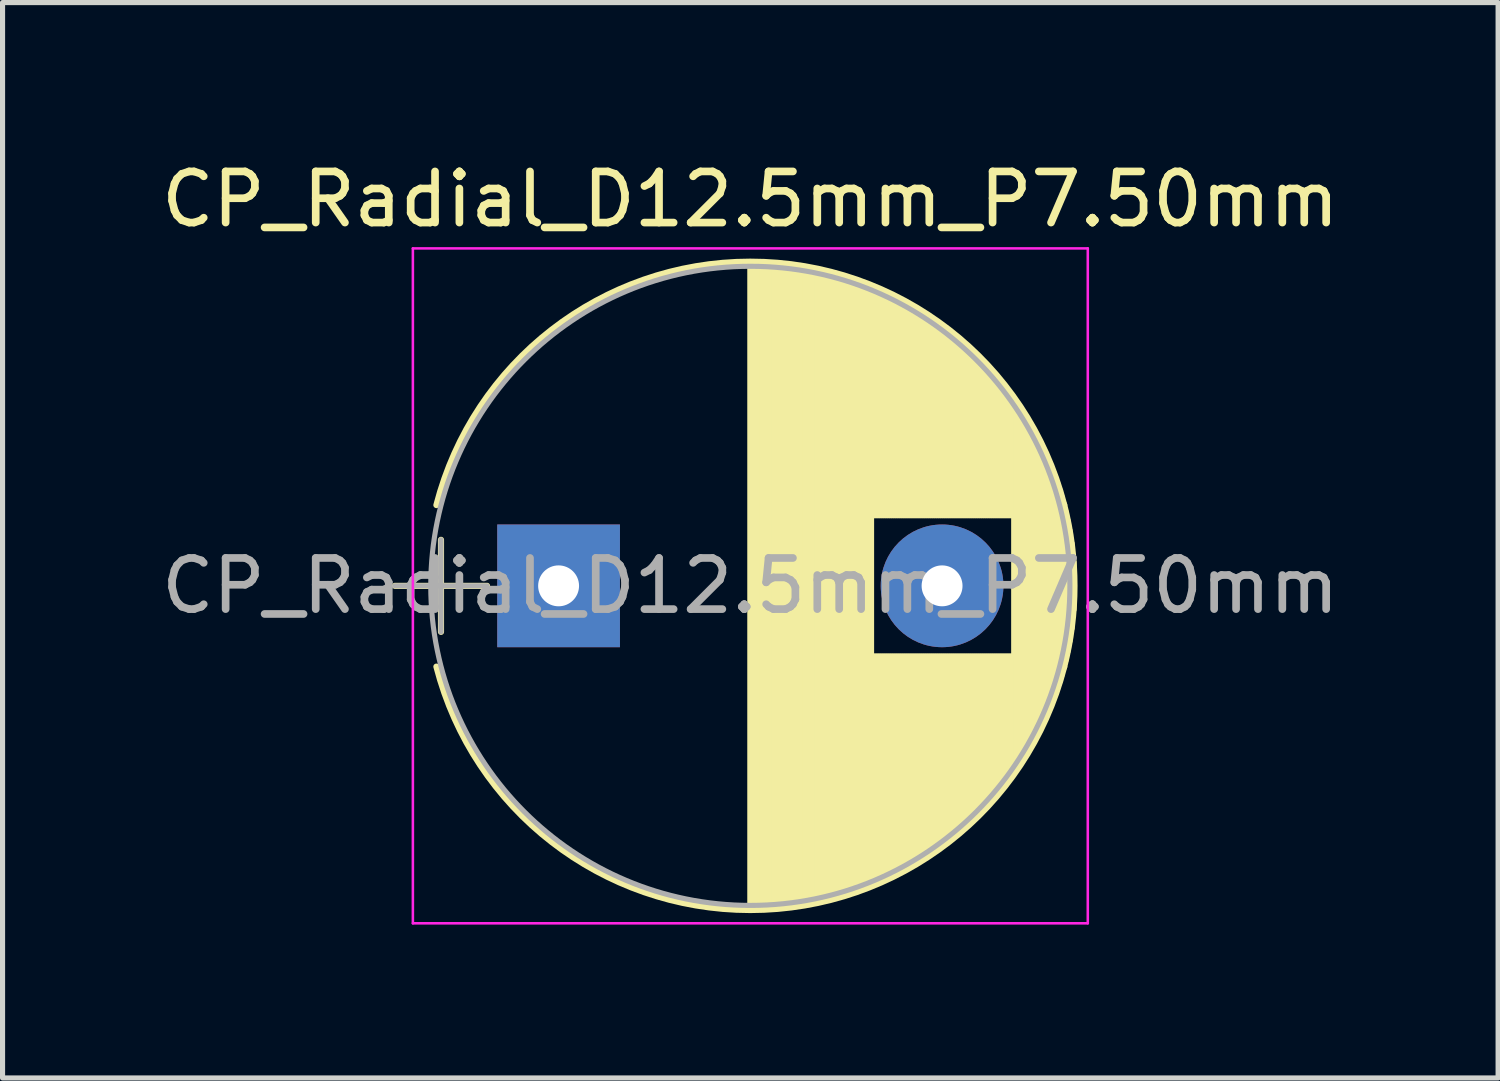
<source format=kicad_pcb>
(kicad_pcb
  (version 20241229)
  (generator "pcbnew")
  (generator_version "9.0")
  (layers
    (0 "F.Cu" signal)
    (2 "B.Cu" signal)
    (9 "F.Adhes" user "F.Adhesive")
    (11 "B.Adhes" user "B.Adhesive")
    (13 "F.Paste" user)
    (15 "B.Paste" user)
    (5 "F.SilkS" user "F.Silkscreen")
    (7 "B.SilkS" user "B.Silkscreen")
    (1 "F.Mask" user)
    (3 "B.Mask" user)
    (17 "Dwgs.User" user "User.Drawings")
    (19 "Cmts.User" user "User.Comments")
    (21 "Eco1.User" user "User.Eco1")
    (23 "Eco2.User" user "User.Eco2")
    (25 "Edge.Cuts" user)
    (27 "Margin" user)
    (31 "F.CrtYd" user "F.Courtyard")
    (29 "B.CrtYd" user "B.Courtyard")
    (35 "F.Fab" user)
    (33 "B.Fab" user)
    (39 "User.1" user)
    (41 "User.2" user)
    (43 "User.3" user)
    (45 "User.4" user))
  (footprint "CP_Radial_D12.5mm_P7.50mm"
    (layer "F.Cu")
    (at 7.875 8.408)
    (property "Reference" "CP_Radial_D12.5mm_P7.50mm" (at 3.75 -7.56 0) (layer "F.SilkS") (effects (font (size 1 1) (thickness 0.15))))
    (attr through_hole)
    (fp_line (start -3.2 0) (end -1.4 0) (stroke (width 0.12) (type solid)) (layer "F.SilkS"))
    (fp_line (start -2.3 -0.9) (end -2.3 0.9) (stroke (width 0.12) (type solid)) (layer "F.SilkS"))
    (fp_line (start 3.75 -6.3) (end 3.75 6.3) (stroke (width 0.12) (type solid)) (layer "F.SilkS"))
    (fp_line (start 3.79 -6.3) (end 3.79 6.3) (stroke (width 0.12) (type solid)) (layer "F.SilkS"))
    (fp_line (start 3.83 -6.3) (end 3.83 6.3) (stroke (width 0.12) (type solid)) (layer "F.SilkS"))
    (fp_line (start 3.87 -6.299) (end 3.87 6.299) (stroke (width 0.12) (type solid)) (layer "F.SilkS"))
    (fp_line (start 3.91 -6.298) (end 3.91 6.298) (stroke (width 0.12) (type solid)) (layer "F.SilkS"))
    (fp_line (start 3.95 -6.297) (end 3.95 6.297) (stroke (width 0.12) (type solid)) (layer "F.SilkS"))
    (fp_line (start 3.99 -6.296) (end 3.99 6.296) (stroke (width 0.12) (type solid)) (layer "F.SilkS"))
    (fp_line (start 4.03 -6.294) (end 4.03 6.294) (stroke (width 0.12) (type solid)) (layer "F.SilkS"))
    (fp_line (start 4.07 -6.292) (end 4.07 6.292) (stroke (width 0.12) (type solid)) (layer "F.SilkS"))
    (fp_line (start 4.11 -6.29) (end 4.11 6.29) (stroke (width 0.12) (type solid)) (layer "F.SilkS"))
    (fp_line (start 4.15 -6.288) (end 4.15 6.288) (stroke (width 0.12) (type solid)) (layer "F.SilkS"))
    (fp_line (start 4.19 -6.285) (end 4.19 6.285) (stroke (width 0.12) (type solid)) (layer "F.SilkS"))
    (fp_line (start 4.23 -6.282) (end 4.23 6.282) (stroke (width 0.12) (type solid)) (layer "F.SilkS"))
    (fp_line (start 4.27 -6.279) (end 4.27 6.279) (stroke (width 0.12) (type solid)) (layer "F.SilkS"))
    (fp_line (start 4.31 -6.276) (end 4.31 6.276) (stroke (width 0.12) (type solid)) (layer "F.SilkS"))
    (fp_line (start 4.35 -6.272) (end 4.35 6.272) (stroke (width 0.12) (type solid)) (layer "F.SilkS"))
    (fp_line (start 4.39 -6.268) (end 4.39 6.268) (stroke (width 0.12) (type solid)) (layer "F.SilkS"))
    (fp_line (start 4.43 -6.264) (end 4.43 6.264) (stroke (width 0.12) (type solid)) (layer "F.SilkS"))
    (fp_line (start 4.471 -6.259) (end 4.471 6.259) (stroke (width 0.12) (type solid)) (layer "F.SilkS"))
    (fp_line (start 4.511 -6.255) (end 4.511 6.255) (stroke (width 0.12) (type solid)) (layer "F.SilkS"))
    (fp_line (start 4.551 -6.25) (end 4.551 6.25) (stroke (width 0.12) (type solid)) (layer "F.SilkS"))
    (fp_line (start 4.591 -6.245) (end 4.591 6.245) (stroke (width 0.12) (type solid)) (layer "F.SilkS"))
    (fp_line (start 4.631 -6.239) (end 4.631 6.239) (stroke (width 0.12) (type solid)) (layer "F.SilkS"))
    (fp_line (start 4.671 -6.233) (end 4.671 6.233) (stroke (width 0.12) (type solid)) (layer "F.SilkS"))
    (fp_line (start 4.711 -6.227) (end 4.711 6.227) (stroke (width 0.12) (type solid)) (layer "F.SilkS"))
    (fp_line (start 4.751 -6.221) (end 4.751 6.221) (stroke (width 0.12) (type solid)) (layer "F.SilkS"))
    (fp_line (start 4.791 -6.215) (end 4.791 6.215) (stroke (width 0.12) (type solid)) (layer "F.SilkS"))
    (fp_line (start 4.831 -6.208) (end 4.831 6.208) (stroke (width 0.12) (type solid)) (layer "F.SilkS"))
    (fp_line (start 4.871 -6.201) (end 4.871 6.201) (stroke (width 0.12) (type solid)) (layer "F.SilkS"))
    (fp_line (start 4.911 -6.193) (end 4.911 6.193) (stroke (width 0.12) (type solid)) (layer "F.SilkS"))
    (fp_line (start 4.951 -6.186) (end 4.951 6.186) (stroke (width 0.12) (type solid)) (layer "F.SilkS"))
    (fp_line (start 4.991 -6.178) (end 4.991 6.178) (stroke (width 0.12) (type solid)) (layer "F.SilkS"))
    (fp_line (start 5.031 -6.17) (end 5.031 6.17) (stroke (width 0.12) (type solid)) (layer "F.SilkS"))
    (fp_line (start 5.071 -6.162) (end 5.071 6.162) (stroke (width 0.12) (type solid)) (layer "F.SilkS"))
    (fp_line (start 5.111 -6.153) (end 5.111 6.153) (stroke (width 0.12) (type solid)) (layer "F.SilkS"))
    (fp_line (start 5.151 -6.144) (end 5.151 6.144) (stroke (width 0.12) (type solid)) (layer "F.SilkS"))
    (fp_line (start 5.191 -6.135) (end 5.191 6.135) (stroke (width 0.12) (type solid)) (layer "F.SilkS"))
    (fp_line (start 5.231 -6.125) (end 5.231 6.125) (stroke (width 0.12) (type solid)) (layer "F.SilkS"))
    (fp_line (start 5.271 -6.116) (end 5.271 6.116) (stroke (width 0.12) (type solid)) (layer "F.SilkS"))
    (fp_line (start 5.311 -6.106) (end 5.311 6.106) (stroke (width 0.12) (type solid)) (layer "F.SilkS"))
    (fp_line (start 5.351 -6.095) (end 5.351 6.095) (stroke (width 0.12) (type solid)) (layer "F.SilkS"))
    (fp_line (start 5.391 -6.085) (end 5.391 6.085) (stroke (width 0.12) (type solid)) (layer "F.SilkS"))
    (fp_line (start 5.431 -6.074) (end 5.431 6.074) (stroke (width 0.12) (type solid)) (layer "F.SilkS"))
    (fp_line (start 5.471 -6.063) (end 5.471 6.063) (stroke (width 0.12) (type solid)) (layer "F.SilkS"))
    (fp_line (start 5.511 -6.051) (end 5.511 6.051) (stroke (width 0.12) (type solid)) (layer "F.SilkS"))
    (fp_line (start 5.551 -6.04) (end 5.551 6.04) (stroke (width 0.12) (type solid)) (layer "F.SilkS"))
    (fp_line (start 5.591 -6.028) (end 5.591 6.028) (stroke (width 0.12) (type solid)) (layer "F.SilkS"))
    (fp_line (start 5.631 -6.015) (end 5.631 6.015) (stroke (width 0.12) (type solid)) (layer "F.SilkS"))
    (fp_line (start 5.671 -6.003) (end 5.671 6.003) (stroke (width 0.12) (type solid)) (layer "F.SilkS"))
    (fp_line (start 5.711 -5.99) (end 5.711 5.99) (stroke (width 0.12) (type solid)) (layer "F.SilkS"))
    (fp_line (start 5.751 -5.977) (end 5.751 5.977) (stroke (width 0.12) (type solid)) (layer "F.SilkS"))
    (fp_line (start 5.791 -5.963) (end 5.791 5.963) (stroke (width 0.12) (type solid)) (layer "F.SilkS"))
    (fp_line (start 5.831 -5.95) (end 5.831 5.95) (stroke (width 0.12) (type solid)) (layer "F.SilkS"))
    (fp_line (start 5.871 -5.936) (end 5.871 5.936) (stroke (width 0.12) (type solid)) (layer "F.SilkS"))
    (fp_line (start 5.911 -5.921) (end 5.911 5.921) (stroke (width 0.12) (type solid)) (layer "F.SilkS"))
    (fp_line (start 5.951 -5.907) (end 5.951 5.907) (stroke (width 0.12) (type solid)) (layer "F.SilkS"))
    (fp_line (start 5.991 -5.892) (end 5.991 5.892) (stroke (width 0.12) (type solid)) (layer "F.SilkS"))
    (fp_line (start 6.031 -5.876) (end 6.031 5.876) (stroke (width 0.12) (type solid)) (layer "F.SilkS"))
    (fp_line (start 6.071 -5.861) (end 6.071 5.861) (stroke (width 0.12) (type solid)) (layer "F.SilkS"))
    (fp_line (start 6.111 -5.845) (end 6.111 5.845) (stroke (width 0.12) (type solid)) (layer "F.SilkS"))
    (fp_line (start 6.151 -5.829) (end 6.151 -1.38) (stroke (width 0.12) (type solid)) (layer "F.SilkS"))
    (fp_line (start 6.151 1.38) (end 6.151 5.829) (stroke (width 0.12) (type solid)) (layer "F.SilkS"))
    (fp_line (start 6.191 -5.812) (end 6.191 -1.38) (stroke (width 0.12) (type solid)) (layer "F.SilkS"))
    (fp_line (start 6.191 1.38) (end 6.191 5.812) (stroke (width 0.12) (type solid)) (layer "F.SilkS"))
    (fp_line (start 6.231 -5.795) (end 6.231 -1.38) (stroke (width 0.12) (type solid)) (layer "F.SilkS"))
    (fp_line (start 6.231 1.38) (end 6.231 5.795) (stroke (width 0.12) (type solid)) (layer "F.SilkS"))
    (fp_line (start 6.271 -5.778) (end 6.271 -1.38) (stroke (width 0.12) (type solid)) (layer "F.SilkS"))
    (fp_line (start 6.271 1.38) (end 6.271 5.778) (stroke (width 0.12) (type solid)) (layer "F.SilkS"))
    (fp_line (start 6.311 -5.761) (end 6.311 -1.38) (stroke (width 0.12) (type solid)) (layer "F.SilkS"))
    (fp_line (start 6.311 1.38) (end 6.311 5.761) (stroke (width 0.12) (type solid)) (layer "F.SilkS"))
    (fp_line (start 6.351 -5.743) (end 6.351 -1.38) (stroke (width 0.12) (type solid)) (layer "F.SilkS"))
    (fp_line (start 6.351 1.38) (end 6.351 5.743) (stroke (width 0.12) (type solid)) (layer "F.SilkS"))
    (fp_line (start 6.391 -5.725) (end 6.391 -1.38) (stroke (width 0.12) (type solid)) (layer "F.SilkS"))
    (fp_line (start 6.391 1.38) (end 6.391 5.725) (stroke (width 0.12) (type solid)) (layer "F.SilkS"))
    (fp_line (start 6.431 -5.706) (end 6.431 -1.38) (stroke (width 0.12) (type solid)) (layer "F.SilkS"))
    (fp_line (start 6.431 1.38) (end 6.431 5.706) (stroke (width 0.12) (type solid)) (layer "F.SilkS"))
    (fp_line (start 6.471 -5.687) (end 6.471 -1.38) (stroke (width 0.12) (type solid)) (layer "F.SilkS"))
    (fp_line (start 6.471 1.38) (end 6.471 5.687) (stroke (width 0.12) (type solid)) (layer "F.SilkS"))
    (fp_line (start 6.511 -5.668) (end 6.511 -1.38) (stroke (width 0.12) (type solid)) (layer "F.SilkS"))
    (fp_line (start 6.511 1.38) (end 6.511 5.668) (stroke (width 0.12) (type solid)) (layer "F.SilkS"))
    (fp_line (start 6.551 -5.649) (end 6.551 -1.38) (stroke (width 0.12) (type solid)) (layer "F.SilkS"))
    (fp_line (start 6.551 1.38) (end 6.551 5.649) (stroke (width 0.12) (type solid)) (layer "F.SilkS"))
    (fp_line (start 6.591 -5.629) (end 6.591 -1.38) (stroke (width 0.12) (type solid)) (layer "F.SilkS"))
    (fp_line (start 6.591 1.38) (end 6.591 5.629) (stroke (width 0.12) (type solid)) (layer "F.SilkS"))
    (fp_line (start 6.631 -5.609) (end 6.631 -1.38) (stroke (width 0.12) (type solid)) (layer "F.SilkS"))
    (fp_line (start 6.631 1.38) (end 6.631 5.609) (stroke (width 0.12) (type solid)) (layer "F.SilkS"))
    (fp_line (start 6.671 -5.588) (end 6.671 -1.38) (stroke (width 0.12) (type solid)) (layer "F.SilkS"))
    (fp_line (start 6.671 1.38) (end 6.671 5.588) (stroke (width 0.12) (type solid)) (layer "F.SilkS"))
    (fp_line (start 6.711 -5.567) (end 6.711 -1.38) (stroke (width 0.12) (type solid)) (layer "F.SilkS"))
    (fp_line (start 6.711 1.38) (end 6.711 5.567) (stroke (width 0.12) (type solid)) (layer "F.SilkS"))
    (fp_line (start 6.751 -5.546) (end 6.751 -1.38) (stroke (width 0.12) (type solid)) (layer "F.SilkS"))
    (fp_line (start 6.751 1.38) (end 6.751 5.546) (stroke (width 0.12) (type solid)) (layer "F.SilkS"))
    (fp_line (start 6.791 -5.524) (end 6.791 -1.38) (stroke (width 0.12) (type solid)) (layer "F.SilkS"))
    (fp_line (start 6.791 1.38) (end 6.791 5.524) (stroke (width 0.12) (type solid)) (layer "F.SilkS"))
    (fp_line (start 6.831 -5.502) (end 6.831 -1.38) (stroke (width 0.12) (type solid)) (layer "F.SilkS"))
    (fp_line (start 6.831 1.38) (end 6.831 5.502) (stroke (width 0.12) (type solid)) (layer "F.SilkS"))
    (fp_line (start 6.871 -5.48) (end 6.871 -1.38) (stroke (width 0.12) (type solid)) (layer "F.SilkS"))
    (fp_line (start 6.871 1.38) (end 6.871 5.48) (stroke (width 0.12) (type solid)) (layer "F.SilkS"))
    (fp_line (start 6.911 -5.457) (end 6.911 -1.38) (stroke (width 0.12) (type solid)) (layer "F.SilkS"))
    (fp_line (start 6.911 1.38) (end 6.911 5.457) (stroke (width 0.12) (type solid)) (layer "F.SilkS"))
    (fp_line (start 6.951 -5.434) (end 6.951 -1.38) (stroke (width 0.12) (type solid)) (layer "F.SilkS"))
    (fp_line (start 6.951 1.38) (end 6.951 5.434) (stroke (width 0.12) (type solid)) (layer "F.SilkS"))
    (fp_line (start 6.991 -5.41) (end 6.991 -1.38) (stroke (width 0.12) (type solid)) (layer "F.SilkS"))
    (fp_line (start 6.991 1.38) (end 6.991 5.41) (stroke (width 0.12) (type solid)) (layer "F.SilkS"))
    (fp_line (start 7.031 -5.386) (end 7.031 -1.38) (stroke (width 0.12) (type solid)) (layer "F.SilkS"))
    (fp_line (start 7.031 1.38) (end 7.031 5.386) (stroke (width 0.12) (type solid)) (layer "F.SilkS"))
    (fp_line (start 7.071 -5.362) (end 7.071 -1.38) (stroke (width 0.12) (type solid)) (layer "F.SilkS"))
    (fp_line (start 7.071 1.38) (end 7.071 5.362) (stroke (width 0.12) (type solid)) (layer "F.SilkS"))
    (fp_line (start 7.111 -5.337) (end 7.111 -1.38) (stroke (width 0.12) (type solid)) (layer "F.SilkS"))
    (fp_line (start 7.111 1.38) (end 7.111 5.337) (stroke (width 0.12) (type solid)) (layer "F.SilkS"))
    (fp_line (start 7.151 -5.312) (end 7.151 -1.38) (stroke (width 0.12) (type solid)) (layer "F.SilkS"))
    (fp_line (start 7.151 1.38) (end 7.151 5.312) (stroke (width 0.12) (type solid)) (layer "F.SilkS"))
    (fp_line (start 7.191 -5.286) (end 7.191 -1.38) (stroke (width 0.12) (type solid)) (layer "F.SilkS"))
    (fp_line (start 7.191 1.38) (end 7.191 5.286) (stroke (width 0.12) (type solid)) (layer "F.SilkS"))
    (fp_line (start 7.231 -5.26) (end 7.231 -1.38) (stroke (width 0.12) (type solid)) (layer "F.SilkS"))
    (fp_line (start 7.231 1.38) (end 7.231 5.26) (stroke (width 0.12) (type solid)) (layer "F.SilkS"))
    (fp_line (start 7.271 -5.234) (end 7.271 -1.38) (stroke (width 0.12) (type solid)) (layer "F.SilkS"))
    (fp_line (start 7.271 1.38) (end 7.271 5.234) (stroke (width 0.12) (type solid)) (layer "F.SilkS"))
    (fp_line (start 7.311 -5.207) (end 7.311 -1.38) (stroke (width 0.12) (type solid)) (layer "F.SilkS"))
    (fp_line (start 7.311 1.38) (end 7.311 5.207) (stroke (width 0.12) (type solid)) (layer "F.SilkS"))
    (fp_line (start 7.351 -5.179) (end 7.351 -1.38) (stroke (width 0.12) (type solid)) (layer "F.SilkS"))
    (fp_line (start 7.351 1.38) (end 7.351 5.179) (stroke (width 0.12) (type solid)) (layer "F.SilkS"))
    (fp_line (start 7.391 -5.151) (end 7.391 -1.38) (stroke (width 0.12) (type solid)) (layer "F.SilkS"))
    (fp_line (start 7.391 1.38) (end 7.391 5.151) (stroke (width 0.12) (type solid)) (layer "F.SilkS"))
    (fp_line (start 7.431 -5.123) (end 7.431 -1.38) (stroke (width 0.12) (type solid)) (layer "F.SilkS"))
    (fp_line (start 7.431 1.38) (end 7.431 5.123) (stroke (width 0.12) (type solid)) (layer "F.SilkS"))
    (fp_line (start 7.471 -5.094) (end 7.471 -1.38) (stroke (width 0.12) (type solid)) (layer "F.SilkS"))
    (fp_line (start 7.471 1.38) (end 7.471 5.094) (stroke (width 0.12) (type solid)) (layer "F.SilkS"))
    (fp_line (start 7.511 -5.065) (end 7.511 -1.38) (stroke (width 0.12) (type solid)) (layer "F.SilkS"))
    (fp_line (start 7.511 1.38) (end 7.511 5.065) (stroke (width 0.12) (type solid)) (layer "F.SilkS"))
    (fp_line (start 7.551 -5.035) (end 7.551 -1.38) (stroke (width 0.12) (type solid)) (layer "F.SilkS"))
    (fp_line (start 7.551 1.38) (end 7.551 5.035) (stroke (width 0.12) (type solid)) (layer "F.SilkS"))
    (fp_line (start 7.591 -5.005) (end 7.591 -1.38) (stroke (width 0.12) (type solid)) (layer "F.SilkS"))
    (fp_line (start 7.591 1.38) (end 7.591 5.005) (stroke (width 0.12) (type solid)) (layer "F.SilkS"))
    (fp_line (start 7.631 -4.975) (end 7.631 -1.38) (stroke (width 0.12) (type solid)) (layer "F.SilkS"))
    (fp_line (start 7.631 1.38) (end 7.631 4.975) (stroke (width 0.12) (type solid)) (layer "F.SilkS"))
    (fp_line (start 7.671 -4.943) (end 7.671 -1.38) (stroke (width 0.12) (type solid)) (layer "F.SilkS"))
    (fp_line (start 7.671 1.38) (end 7.671 4.943) (stroke (width 0.12) (type solid)) (layer "F.SilkS"))
    (fp_line (start 7.711 -4.912) (end 7.711 -1.38) (stroke (width 0.12) (type solid)) (layer "F.SilkS"))
    (fp_line (start 7.711 1.38) (end 7.711 4.912) (stroke (width 0.12) (type solid)) (layer "F.SilkS"))
    (fp_line (start 7.751 -4.879) (end 7.751 -1.38) (stroke (width 0.12) (type solid)) (layer "F.SilkS"))
    (fp_line (start 7.751 1.38) (end 7.751 4.879) (stroke (width 0.12) (type solid)) (layer "F.SilkS"))
    (fp_line (start 7.791 -4.847) (end 7.791 -1.38) (stroke (width 0.12) (type solid)) (layer "F.SilkS"))
    (fp_line (start 7.791 1.38) (end 7.791 4.847) (stroke (width 0.12) (type solid)) (layer "F.SilkS"))
    (fp_line (start 7.831 -4.813) (end 7.831 -1.38) (stroke (width 0.12) (type solid)) (layer "F.SilkS"))
    (fp_line (start 7.831 1.38) (end 7.831 4.813) (stroke (width 0.12) (type solid)) (layer "F.SilkS"))
    (fp_line (start 7.871 -4.779) (end 7.871 -1.38) (stroke (width 0.12) (type solid)) (layer "F.SilkS"))
    (fp_line (start 7.871 1.38) (end 7.871 4.779) (stroke (width 0.12) (type solid)) (layer "F.SilkS"))
    (fp_line (start 7.911 -4.745) (end 7.911 -1.38) (stroke (width 0.12) (type solid)) (layer "F.SilkS"))
    (fp_line (start 7.911 1.38) (end 7.911 4.745) (stroke (width 0.12) (type solid)) (layer "F.SilkS"))
    (fp_line (start 7.951 -4.71) (end 7.951 -1.38) (stroke (width 0.12) (type solid)) (layer "F.SilkS"))
    (fp_line (start 7.951 1.38) (end 7.951 4.71) (stroke (width 0.12) (type solid)) (layer "F.SilkS"))
    (fp_line (start 7.991 -4.674) (end 7.991 -1.38) (stroke (width 0.12) (type solid)) (layer "F.SilkS"))
    (fp_line (start 7.991 1.38) (end 7.991 4.674) (stroke (width 0.12) (type solid)) (layer "F.SilkS"))
    (fp_line (start 8.031 -4.638) (end 8.031 -1.38) (stroke (width 0.12) (type solid)) (layer "F.SilkS"))
    (fp_line (start 8.031 1.38) (end 8.031 4.638) (stroke (width 0.12) (type solid)) (layer "F.SilkS"))
    (fp_line (start 8.071 -4.601) (end 8.071 -1.38) (stroke (width 0.12) (type solid)) (layer "F.SilkS"))
    (fp_line (start 8.071 1.38) (end 8.071 4.601) (stroke (width 0.12) (type solid)) (layer "F.SilkS"))
    (fp_line (start 8.111 -4.563) (end 8.111 -1.38) (stroke (width 0.12) (type solid)) (layer "F.SilkS"))
    (fp_line (start 8.111 1.38) (end 8.111 4.563) (stroke (width 0.12) (type solid)) (layer "F.SilkS"))
    (fp_line (start 8.151 -4.525) (end 8.151 -1.38) (stroke (width 0.12) (type solid)) (layer "F.SilkS"))
    (fp_line (start 8.151 1.38) (end 8.151 4.525) (stroke (width 0.12) (type solid)) (layer "F.SilkS"))
    (fp_line (start 8.191 -4.486) (end 8.191 -1.38) (stroke (width 0.12) (type solid)) (layer "F.SilkS"))
    (fp_line (start 8.191 1.38) (end 8.191 4.486) (stroke (width 0.12) (type solid)) (layer "F.SilkS"))
    (fp_line (start 8.231 -4.447) (end 8.231 -1.38) (stroke (width 0.12) (type solid)) (layer "F.SilkS"))
    (fp_line (start 8.231 1.38) (end 8.231 4.447) (stroke (width 0.12) (type solid)) (layer "F.SilkS"))
    (fp_line (start 8.271 -4.406) (end 8.271 -1.38) (stroke (width 0.12) (type solid)) (layer "F.SilkS"))
    (fp_line (start 8.271 1.38) (end 8.271 4.406) (stroke (width 0.12) (type solid)) (layer "F.SilkS"))
    (fp_line (start 8.311 -4.365) (end 8.311 -1.38) (stroke (width 0.12) (type solid)) (layer "F.SilkS"))
    (fp_line (start 8.311 1.38) (end 8.311 4.365) (stroke (width 0.12) (type solid)) (layer "F.SilkS"))
    (fp_line (start 8.351 -4.323) (end 8.351 -1.38) (stroke (width 0.12) (type solid)) (layer "F.SilkS"))
    (fp_line (start 8.351 1.38) (end 8.351 4.323) (stroke (width 0.12) (type solid)) (layer "F.SilkS"))
    (fp_line (start 8.391 -4.281) (end 8.391 -1.38) (stroke (width 0.12) (type solid)) (layer "F.SilkS"))
    (fp_line (start 8.391 1.38) (end 8.391 4.281) (stroke (width 0.12) (type solid)) (layer "F.SilkS"))
    (fp_line (start 8.431 -4.238) (end 8.431 -1.38) (stroke (width 0.12) (type solid)) (layer "F.SilkS"))
    (fp_line (start 8.431 1.38) (end 8.431 4.238) (stroke (width 0.12) (type solid)) (layer "F.SilkS"))
    (fp_line (start 8.471 -4.193) (end 8.471 -1.38) (stroke (width 0.12) (type solid)) (layer "F.SilkS"))
    (fp_line (start 8.471 1.38) (end 8.471 4.193) (stroke (width 0.12) (type solid)) (layer "F.SilkS"))
    (fp_line (start 8.511 -4.148) (end 8.511 -1.38) (stroke (width 0.12) (type solid)) (layer "F.SilkS"))
    (fp_line (start 8.511 1.38) (end 8.511 4.148) (stroke (width 0.12) (type solid)) (layer "F.SilkS"))
    (fp_line (start 8.551 -4.102) (end 8.551 -1.38) (stroke (width 0.12) (type solid)) (layer "F.SilkS"))
    (fp_line (start 8.551 1.38) (end 8.551 4.102) (stroke (width 0.12) (type solid)) (layer "F.SilkS"))
    (fp_line (start 8.591 -4.056) (end 8.591 -1.38) (stroke (width 0.12) (type solid)) (layer "F.SilkS"))
    (fp_line (start 8.591 1.38) (end 8.591 4.056) (stroke (width 0.12) (type solid)) (layer "F.SilkS"))
    (fp_line (start 8.631 -4.008) (end 8.631 -1.38) (stroke (width 0.12) (type solid)) (layer "F.SilkS"))
    (fp_line (start 8.631 1.38) (end 8.631 4.008) (stroke (width 0.12) (type solid)) (layer "F.SilkS"))
    (fp_line (start 8.671 -3.959) (end 8.671 -1.38) (stroke (width 0.12) (type solid)) (layer "F.SilkS"))
    (fp_line (start 8.671 1.38) (end 8.671 3.959) (stroke (width 0.12) (type solid)) (layer "F.SilkS"))
    (fp_line (start 8.711 -3.909) (end 8.711 -1.38) (stroke (width 0.12) (type solid)) (layer "F.SilkS"))
    (fp_line (start 8.711 1.38) (end 8.711 3.909) (stroke (width 0.12) (type solid)) (layer "F.SilkS"))
    (fp_line (start 8.751 -3.859) (end 8.751 -1.38) (stroke (width 0.12) (type solid)) (layer "F.SilkS"))
    (fp_line (start 8.751 1.38) (end 8.751 3.859) (stroke (width 0.12) (type solid)) (layer "F.SilkS"))
    (fp_line (start 8.791 -3.807) (end 8.791 -1.38) (stroke (width 0.12) (type solid)) (layer "F.SilkS"))
    (fp_line (start 8.791 1.38) (end 8.791 3.807) (stroke (width 0.12) (type solid)) (layer "F.SilkS"))
    (fp_line (start 8.831 -3.754) (end 8.831 -1.38) (stroke (width 0.12) (type solid)) (layer "F.SilkS"))
    (fp_line (start 8.831 1.38) (end 8.831 3.754) (stroke (width 0.12) (type solid)) (layer "F.SilkS"))
    (fp_line (start 8.871 -3.7) (end 8.871 -1.38) (stroke (width 0.12) (type solid)) (layer "F.SilkS"))
    (fp_line (start 8.871 1.38) (end 8.871 3.7) (stroke (width 0.12) (type solid)) (layer "F.SilkS"))
    (fp_line (start 8.911 -3.644) (end 8.911 3.644) (stroke (width 0.12) (type solid)) (layer "F.SilkS"))
    (fp_line (start 8.951 -3.588) (end 8.951 3.588) (stroke (width 0.12) (type solid)) (layer "F.SilkS"))
    (fp_line (start 8.991 -3.53) (end 8.991 3.53) (stroke (width 0.12) (type solid)) (layer "F.SilkS"))
    (fp_line (start 9.031 -3.47) (end 9.031 3.47) (stroke (width 0.12) (type solid)) (layer "F.SilkS"))
    (fp_line (start 9.071 -3.409) (end 9.071 3.409) (stroke (width 0.12) (type solid)) (layer "F.SilkS"))
    (fp_line (start 9.111 -3.347) (end 9.111 3.347) (stroke (width 0.12) (type solid)) (layer "F.SilkS"))
    (fp_line (start 9.151 -3.282) (end 9.151 3.282) (stroke (width 0.12) (type solid)) (layer "F.SilkS"))
    (fp_line (start 9.191 -3.217) (end 9.191 3.217) (stroke (width 0.12) (type solid)) (layer "F.SilkS"))
    (fp_line (start 9.231 -3.149) (end 9.231 3.149) (stroke (width 0.12) (type solid)) (layer "F.SilkS"))
    (fp_line (start 9.271 -3.079) (end 9.271 3.079) (stroke (width 0.12) (type solid)) (layer "F.SilkS"))
    (fp_line (start 9.311 -3.007) (end 9.311 3.007) (stroke (width 0.12) (type solid)) (layer "F.SilkS"))
    (fp_line (start 9.351 -2.933) (end 9.351 2.933) (stroke (width 0.12) (type solid)) (layer "F.SilkS"))
    (fp_line (start 9.391 -2.856) (end 9.391 2.856) (stroke (width 0.12) (type solid)) (layer "F.SilkS"))
    (fp_line (start 9.431 -2.777) (end 9.431 2.777) (stroke (width 0.12) (type solid)) (layer "F.SilkS"))
    (fp_line (start 9.471 -2.695) (end 9.471 2.695) (stroke (width 0.12) (type solid)) (layer "F.SilkS"))
    (fp_line (start 9.511 -2.61) (end 9.511 2.61) (stroke (width 0.12) (type solid)) (layer "F.SilkS"))
    (fp_line (start 9.551 -2.521) (end 9.551 2.521) (stroke (width 0.12) (type solid)) (layer "F.SilkS"))
    (fp_line (start 9.591 -2.428) (end 9.591 2.428) (stroke (width 0.12) (type solid)) (layer "F.SilkS"))
    (fp_line (start 9.631 -2.331) (end 9.631 2.331) (stroke (width 0.12) (type solid)) (layer "F.SilkS"))
    (fp_line (start 9.671 -2.23) (end 9.671 2.23) (stroke (width 0.12) (type solid)) (layer "F.SilkS"))
    (fp_line (start 9.711 -2.122) (end 9.711 2.122) (stroke (width 0.12) (type solid)) (layer "F.SilkS"))
    (fp_line (start 9.751 -2.009) (end 9.751 2.009) (stroke (width 0.12) (type solid)) (layer "F.SilkS"))
    (fp_line (start 9.791 -1.888) (end 9.791 1.888) (stroke (width 0.12) (type solid)) (layer "F.SilkS"))
    (fp_line (start 9.831 -1.757) (end 9.831 1.757) (stroke (width 0.12) (type solid)) (layer "F.SilkS"))
    (fp_line (start 9.871 -1.616) (end 9.871 1.616) (stroke (width 0.12) (type solid)) (layer "F.SilkS"))
    (fp_line (start 9.911 -1.46) (end 9.911 1.46) (stroke (width 0.12) (type solid)) (layer "F.SilkS"))
    (fp_line (start 9.951 -1.285) (end 9.951 1.285) (stroke (width 0.12) (type solid)) (layer "F.SilkS"))
    (fp_line (start 9.991 -1.082) (end 9.991 1.082) (stroke (width 0.12) (type solid)) (layer "F.SilkS"))
    (fp_line (start 10.031 -0.831) (end 10.031 0.831) (stroke (width 0.12) (type solid)) (layer "F.SilkS"))
    (fp_line (start 10.071 -0.464) (end 10.071 0.464) (stroke (width 0.12) (type solid)) (layer "F.SilkS"))
    (fp_arc (start -2.389967 -1.58) (mid 3.747881 -6.339999) (end 9.888909 -1.584104) (stroke (width 0.12) (type solid)) (layer "F.SilkS"))
    (fp_arc (start 9.888909 1.584104) (mid 3.747881 6.339999) (end -2.389967 1.58) (stroke (width 0.12) (type solid)) (layer "F.SilkS"))
    (fp_arc (start 9.889967 -1.58) (mid 10.089999 0.002119) (end 9.888909 1.584104) (stroke (width 0.12) (type solid)) (layer "F.SilkS"))
    (fp_line (start -2.85 -6.6) (end -2.85 6.6) (stroke (width 0.05) (type solid)) (layer "F.CrtYd"))
    (fp_line (start -2.85 6.6) (end 10.35 6.6) (stroke (width 0.05) (type solid)) (layer "F.CrtYd"))
    (fp_line (start 10.35 -6.6) (end -2.85 -6.6) (stroke (width 0.05) (type solid)) (layer "F.CrtYd"))
    (fp_line (start 10.35 6.6) (end 10.35 -6.6) (stroke (width 0.05) (type solid)) (layer "F.CrtYd"))
    (fp_line (start -3.2 0) (end -1.4 0) (stroke (width 0.1) (type solid)) (layer "F.Fab"))
    (fp_line (start -2.3 -0.9) (end -2.3 0.9) (stroke (width 0.1) (type solid)) (layer "F.Fab"))
    (fp_circle (center 3.75 0) (end 10 0) (stroke (width 0.1) (type solid)) (fill no) (layer "F.Fab"))
    (fp_text user "${REFERENCE}" (at 3.75 0 0) (layer "F.Fab") (effects (font (size 1 1) (thickness 0.15))))
    (pad "1" thru_hole rect (at 0 0) (size 2.4 2.4) (drill 0.8) (layers "*.Cu" "*.Mask"))
    (pad "2" thru_hole circle (at 7.5 0) (size 2.4 2.4) (drill 0.8) (layers "*.Cu" "*.Mask")))
  (gr_rect
    (start -3 -3)
    (end 26.25 18.033)
    (stroke (width 0.1) (type default))
    (fill no)
    (layer "Edge.Cuts")))
</source>
